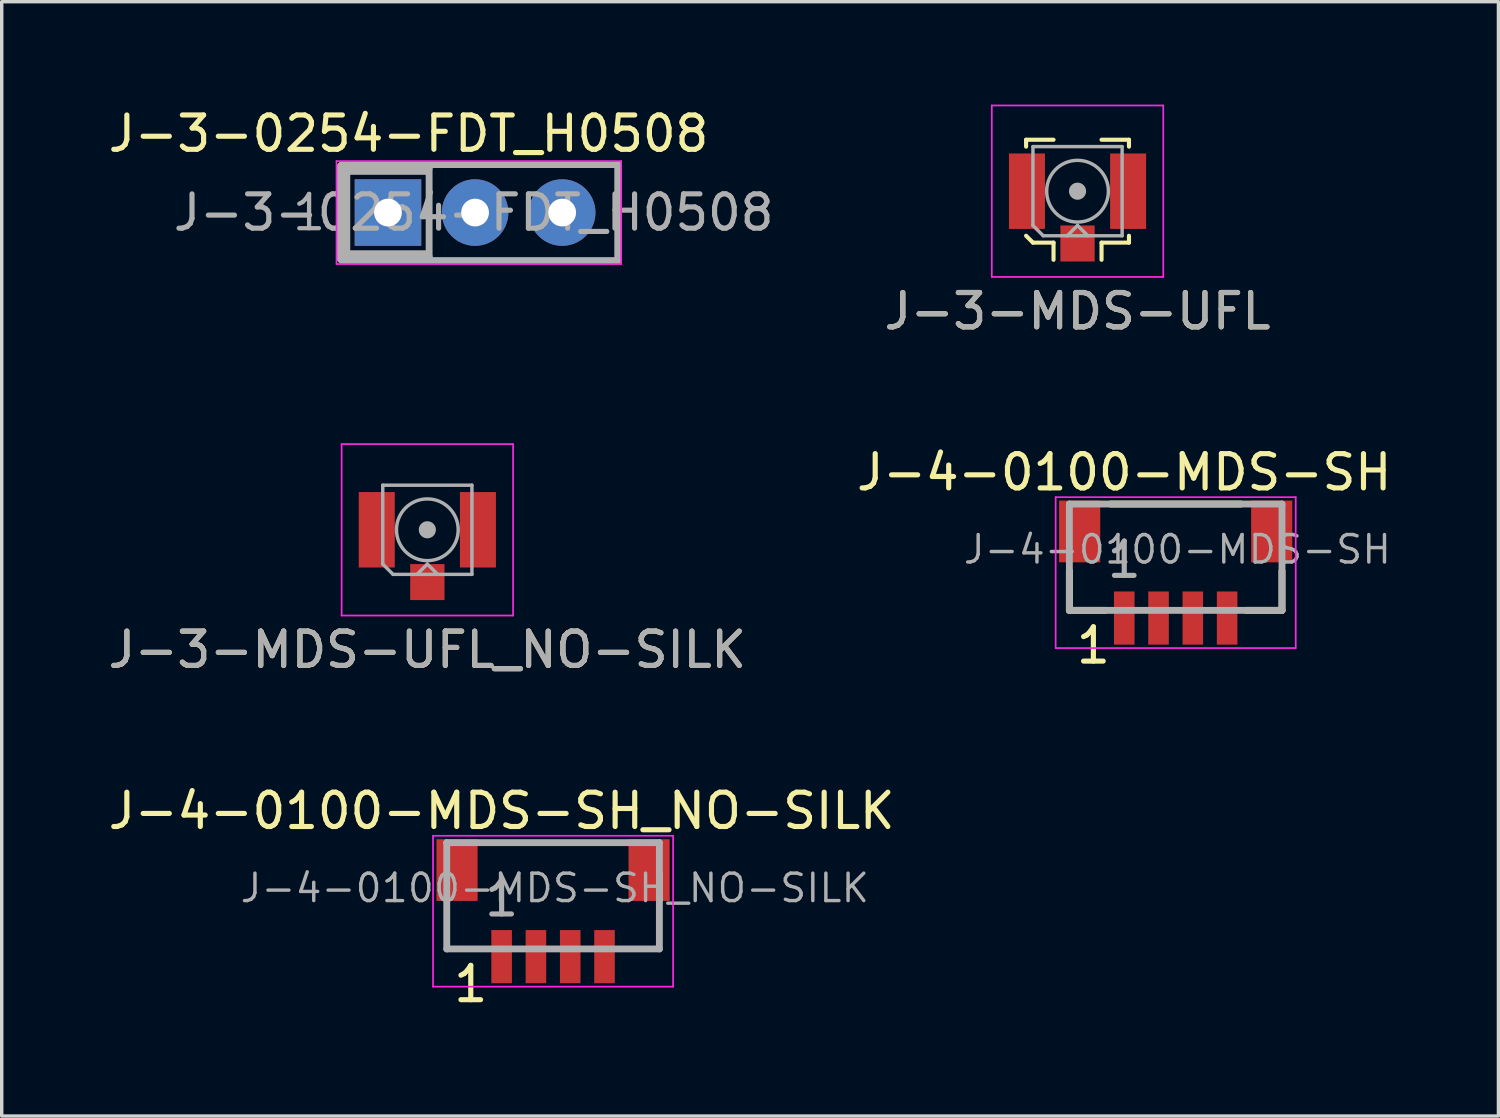
<source format=kicad_pcb>
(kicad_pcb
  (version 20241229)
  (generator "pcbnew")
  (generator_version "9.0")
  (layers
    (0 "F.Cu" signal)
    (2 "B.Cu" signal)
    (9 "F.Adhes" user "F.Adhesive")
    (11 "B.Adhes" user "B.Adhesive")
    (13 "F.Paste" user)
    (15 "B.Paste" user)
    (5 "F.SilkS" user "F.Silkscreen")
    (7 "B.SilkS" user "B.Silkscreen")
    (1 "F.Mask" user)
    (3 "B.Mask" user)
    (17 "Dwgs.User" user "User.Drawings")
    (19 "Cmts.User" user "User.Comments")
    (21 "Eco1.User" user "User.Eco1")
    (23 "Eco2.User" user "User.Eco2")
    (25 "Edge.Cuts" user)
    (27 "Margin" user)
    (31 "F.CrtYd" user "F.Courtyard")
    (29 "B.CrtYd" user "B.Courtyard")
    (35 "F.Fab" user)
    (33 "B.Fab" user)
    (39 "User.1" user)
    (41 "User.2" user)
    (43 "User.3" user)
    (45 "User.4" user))
  (footprint "J-3-MDS-UFL_NO-SILK"
    (layer "F.Cu")
    (at 9.411 12.398)
    (property "Reference" "J-3-MDS-UFL_NO-SILK" (at 0 3.5 0) (layer "F.SilkS") (effects (font (size 1 1) (thickness 0.15))))
    (attr smd)
    (fp_line (start -2.5 -2.5) (end -2.5 2.5) (stroke (width 0.05) (type solid)) (layer "F.CrtYd"))
    (fp_line (start -2.5 2.5) (end 2.5 2.5) (stroke (width 0.05) (type solid)) (layer "F.CrtYd"))
    (fp_line (start 2.5 -2.5) (end -2.5 -2.5) (stroke (width 0.05) (type solid)) (layer "F.CrtYd"))
    (fp_line (start 2.5 2.5) (end 2.5 -2.5) (stroke (width 0.05) (type solid)) (layer "F.CrtYd"))
    (fp_line (start -1.3 -1.3) (end -1.3 1) (stroke (width 0.1) (type solid)) (layer "F.Fab"))
    (fp_line (start -1.3 -1.3) (end 1.3 -1.3) (stroke (width 0.1) (type solid)) (layer "F.Fab"))
    (fp_line (start -1.3 1) (end -1 1.3) (stroke (width 0.1) (type solid)) (layer "F.Fab"))
    (fp_line (start -1 1.3) (end 1.3 1.3) (stroke (width 0.1) (type solid)) (layer "F.Fab"))
    (fp_line (start -0.3 1.3) (end 0 1) (stroke (width 0.1) (type solid)) (layer "F.Fab"))
    (fp_line (start 0 1) (end 0.3 1.3) (stroke (width 0.1) (type solid)) (layer "F.Fab"))
    (fp_line (start 1.3 -1.3) (end 1.3 1.3) (stroke (width 0.1) (type solid)) (layer "F.Fab"))
    (fp_circle (center 0 0) (end 0 0.05) (stroke (width 0.1) (type solid)) (fill no) (layer "F.Fab"))
    (fp_circle (center 0 0) (end 0 0.125) (stroke (width 0.1) (type solid)) (fill no) (layer "F.Fab"))
    (fp_circle (center 0 0) (end 0 0.2) (stroke (width 0.1) (type solid)) (fill no) (layer "F.Fab"))
    (fp_circle (center 0 0) (end 0.9 0) (stroke (width 0.1) (type solid)) (fill no) (layer "F.Fab"))
    (fp_text user "${REFERENCE}" (at 0 3.5 0) (layer "F.Fab") (effects (font (size 1 1) (thickness 0.15))))
    (pad "1" smd rect (at 0 1.525) (size 1 1.05) (layers "F.Cu" "F.Mask" "F.Paste"))
    (pad "2" smd rect (at -1.475 0) (size 1.05 2.2) (layers "F.Cu" "F.Mask" "F.Paste"))
    (pad "2" smd rect (at 1.475 0) (size 1.05 2.2) (layers "F.Cu" "F.Mask" "F.Paste"))
    (zone (net_name "") (layers "F.Cu" "F.Fab") (name "Keepout") (hatch edge 0.5) (connect_pads) (min_thickness 0.25) (filled_areas_thickness no) (keepout (tracks not_allowed) (vias not_allowed) (pads not_allowed) (copperpour not_allowed) (footprints allowed)) (placement (enabled no)) (fill) (polygon (pts (xy 8.461 11.298) (xy 10.361 11.298) (xy 10.361 13.398) (xy 8.461 13.398)))))
  (footprint "J-4-0100-MDS-SH"
    (layer "F.Cu")
    (at 29.732 14.972)
    (property "Reference" "J-4-0100-MDS-SH" (at 0 -4.25 0) (layer "F.SilkS") (effects (font (size 1 1) (thickness 0.15))))
    (attr smd)
    (fp_line (start -1.6 -1.375) (end -1.6 -0.225) (stroke (width 0.2) (type default)) (layer "F.SilkS"))
    (fp_line (start -1.6 -0.225) (end -0.55 -0.225) (stroke (width 0.2) (type default)) (layer "F.SilkS"))
    (fp_line (start -0.4 -3.325) (end 3.4 -3.325) (stroke (width 0.2) (type default)) (layer "F.SilkS"))
    (fp_line (start 3.55 -0.225) (end 4.6 -0.225) (stroke (width 0.2) (type default)) (layer "F.SilkS"))
    (fp_line (start 4.6 -1.375) (end 4.6 -0.225) (stroke (width 0.2) (type default)) (layer "F.SilkS"))
    (fp_line (start -2 -3.525) (end -2 0.875) (stroke (width 0.05) (type solid)) (layer "F.CrtYd"))
    (fp_line (start -2 0.875) (end 5 0.875) (stroke (width 0.05) (type solid)) (layer "F.CrtYd"))
    (fp_line (start 5 -3.525) (end -2 -3.525) (stroke (width 0.05) (type solid)) (layer "F.CrtYd"))
    (fp_line (start 5 0.875) (end 5 -3.525) (stroke (width 0.05) (type solid)) (layer "F.CrtYd"))
    (fp_line (start -1.6 -3.325) (end -1.6 -0.225) (stroke (width 0.2) (type solid)) (layer "F.Fab"))
    (fp_line (start -1.6 -3.325) (end 4.6 -3.325) (stroke (width 0.2) (type solid)) (layer "F.Fab"))
    (fp_line (start -1.6 -0.225) (end 4.6 -0.225) (stroke (width 0.2) (type solid)) (layer "F.Fab"))
    (fp_line (start 4.6 -3.325) (end 4.6 -0.225) (stroke (width 0.2) (type solid)) (layer "F.Fab"))
    (fp_text user "1" (at -0.9 0.8 0) (layer "F.SilkS") (effects (font (size 1 1) (thickness 0.15))))
    (fp_text user "1" (at 0 -1.7 0) (layer "F.Fab") (effects (font (size 1 1) (thickness 0.15))))
    (fp_text user "${REFERENCE}" (at 1.55 -2 0) (layer "F.Fab") (effects (font (size 0.8 0.8) (thickness 0.1))))
    (pad "1" smd rect (at 0 0) (size 0.6 1.55) (layers "F.Cu" "F.Mask" "F.Paste"))
    (pad "2" smd rect (at 1 0) (size 0.6 1.55) (layers "F.Cu" "F.Mask" "F.Paste"))
    (pad "3" smd rect (at 2 0) (size 0.6 1.55) (layers "F.Cu" "F.Mask" "F.Paste"))
    (pad "4" smd rect (at 3 0) (size 0.6 1.55) (layers "F.Cu" "F.Mask" "F.Paste"))
    (pad "MP" smd rect (at -1.3 -2.525) (size 1.2 1.8) (layers "F.Cu" "F.Mask" "F.Paste"))
    (pad "MP" smd rect (at 4.3 -2.525) (size 1.2 1.8) (layers "F.Cu" "F.Mask" "F.Paste")))
  (footprint "J-4-0100-MDS-SH_NO-SILK"
    (layer "F.Cu")
    (at 11.577 24.845)
    (property "Reference" "J-4-0100-MDS-SH_NO-SILK" (at 0 -4.25 0) (layer "F.SilkS") (effects (font (size 1 1) (thickness 0.15))))
    (attr smd)
    (fp_line (start -2 -3.525) (end -2 0.875) (stroke (width 0.05) (type solid)) (layer "F.CrtYd"))
    (fp_line (start -2 0.875) (end 5 0.875) (stroke (width 0.05) (type solid)) (layer "F.CrtYd"))
    (fp_line (start 5 -3.525) (end -2 -3.525) (stroke (width 0.05) (type solid)) (layer "F.CrtYd"))
    (fp_line (start 5 0.875) (end 5 -3.525) (stroke (width 0.05) (type solid)) (layer "F.CrtYd"))
    (fp_line (start -1.6 -3.325) (end -1.6 -0.225) (stroke (width 0.2) (type solid)) (layer "F.Fab"))
    (fp_line (start -1.6 -3.325) (end 4.6 -3.325) (stroke (width 0.2) (type solid)) (layer "F.Fab"))
    (fp_line (start -1.6 -0.225) (end 4.6 -0.225) (stroke (width 0.2) (type solid)) (layer "F.Fab"))
    (fp_line (start 4.6 -3.325) (end 4.6 -0.225) (stroke (width 0.2) (type solid)) (layer "F.Fab"))
    (fp_text user "1" (at -0.9 0.8 0) (layer "F.SilkS") (effects (font (size 1 1) (thickness 0.15))))
    (fp_text user "1" (at 0 -1.7 0) (layer "F.Fab") (effects (font (size 1 1) (thickness 0.15))))
    (fp_text user "${REFERENCE}" (at 1.55 -2 0) (layer "F.Fab") (effects (font (size 0.8 0.8) (thickness 0.1))))
    (pad "1" smd rect (at 0 0) (size 0.6 1.55) (layers "F.Cu" "F.Mask" "F.Paste"))
    (pad "2" smd rect (at 1 0) (size 0.6 1.55) (layers "F.Cu" "F.Mask" "F.Paste"))
    (pad "3" smd rect (at 2 0) (size 0.6 1.55) (layers "F.Cu" "F.Mask" "F.Paste"))
    (pad "4" smd rect (at 3 0) (size 0.6 1.55) (layers "F.Cu" "F.Mask" "F.Paste"))
    (pad "MP" smd rect (at -1.3 -2.525) (size 1.2 1.8) (layers "F.Cu" "F.Mask" "F.Paste"))
    (pad "MP" smd rect (at 4.3 -2.525) (size 1.2 1.8) (layers "F.Cu" "F.Mask" "F.Paste")))
  (footprint "J-3-0254-FDT_H0508"
    (layer "F.Cu")
    (at 10.803 3.148)
    (property "Reference" "J-3-0254-FDT_H0508" (at -1.94 -2.3 0) (layer "F.SilkS") (effects (font (size 1 1) (thickness 0.15))))
    (attr through_hole)
    (fp_line (start -4.04 -1.5) (end -4.04 1.5) (stroke (width 0.05) (type solid)) (layer "F.CrtYd"))
    (fp_line (start -4.04 1.5) (end 4.26 1.5) (stroke (width 0.05) (type solid)) (layer "F.CrtYd"))
    (fp_line (start 4.26 -1.5) (end -4.04 -1.5) (stroke (width 0.05) (type solid)) (layer "F.CrtYd"))
    (fp_line (start 4.26 1.5) (end 4.26 -1.5) (stroke (width 0.05) (type solid)) (layer "F.CrtYd"))
    (fp_line (start -3.84 -1.3) (end -1.44 -1.3) (stroke (width 0.4) (type solid)) (layer "F.Fab"))
    (fp_line (start -3.84 1.3) (end -3.84 -1.3) (stroke (width 0.4) (type solid)) (layer "F.Fab"))
    (fp_line (start -3.84 1.3) (end -1.44 1.3) (stroke (width 0.4) (type solid)) (layer "F.Fab"))
    (fp_line (start -1.34 1.4) (end -1.34 -1.4) (stroke (width 0.2) (type solid)) (layer "F.Fab"))
    (fp_line (start 4.16 -1.4) (end -1.34 -1.4) (stroke (width 0.2) (type solid)) (layer "F.Fab"))
    (fp_line (start 4.16 1.4) (end -1.34 1.4) (stroke (width 0.2) (type solid)) (layer "F.Fab"))
    (fp_line (start 4.16 1.4) (end 4.16 -1.4) (stroke (width 0.2) (type solid)) (layer "F.Fab"))
    (fp_text user "1" (at -4.84 0 180) (layer "F.Fab") (effects (font (size 1 1) (thickness 0.125))))
    (fp_text user "${REFERENCE}" (at -0.04 0 180) (layer "F.Fab") (effects (font (size 1 1) (thickness 0.15))))
    (pad "1" thru_hole rect (at -2.54 0 90) (size 1.94 1.94) (drill 0.81) (layers "*.Cu" "*.Mask"))
    (pad "2" thru_hole oval (at 0 0 90) (size 1.94 1.94) (drill 0.81) (layers "*.Cu" "*.Mask"))
    (pad "3" thru_hole oval (at 2.54 0 90) (size 1.94 1.94) (drill 0.81) (layers "*.Cu" "*.Mask")))
  (footprint "J-3-MDS-UFL"
    (layer "F.Cu")
    (at 28.37 2.525)
    (property "Reference" "J-3-MDS-UFL" (at 0 3.5 0) (layer "F.SilkS") (effects (font (size 1 1) (thickness 0.15))))
    (attr smd)
    (fp_line (start -1.5 -1.5) (end -0.7 -1.5) (stroke (width 0.12) (type solid)) (layer "F.SilkS"))
    (fp_line (start -1.5 -1.3) (end -1.5 -1.5) (stroke (width 0.12) (type solid)) (layer "F.SilkS"))
    (fp_line (start -1.3 1.5) (end -1.5 1.3) (stroke (width 0.12) (type solid)) (layer "F.SilkS"))
    (fp_line (start -0.7 1.5) (end -1.3 1.5) (stroke (width 0.12) (type solid)) (layer "F.SilkS"))
    (fp_line (start -0.7 1.5) (end -0.7 2) (stroke (width 0.12) (type solid)) (layer "F.SilkS"))
    (fp_line (start 0.7 -1.5) (end 1.5 -1.5) (stroke (width 0.12) (type solid)) (layer "F.SilkS"))
    (fp_line (start 0.7 1.5) (end 0.7 2) (stroke (width 0.12) (type solid)) (layer "F.SilkS"))
    (fp_line (start 1.5 -1.5) (end 1.5 -1.3) (stroke (width 0.12) (type solid)) (layer "F.SilkS"))
    (fp_line (start 1.5 1.3) (end 1.5 1.5) (stroke (width 0.12) (type solid)) (layer "F.SilkS"))
    (fp_line (start 1.5 1.5) (end 0.7 1.5) (stroke (width 0.12) (type solid)) (layer "F.SilkS"))
    (fp_line (start -2.5 -2.5) (end -2.5 2.5) (stroke (width 0.05) (type solid)) (layer "F.CrtYd"))
    (fp_line (start -2.5 2.5) (end 2.5 2.5) (stroke (width 0.05) (type solid)) (layer "F.CrtYd"))
    (fp_line (start 2.5 -2.5) (end -2.5 -2.5) (stroke (width 0.05) (type solid)) (layer "F.CrtYd"))
    (fp_line (start 2.5 2.5) (end 2.5 -2.5) (stroke (width 0.05) (type solid)) (layer "F.CrtYd"))
    (fp_line (start -1.3 -1.3) (end -1.3 1) (stroke (width 0.1) (type solid)) (layer "F.Fab"))
    (fp_line (start -1.3 -1.3) (end 1.3 -1.3) (stroke (width 0.1) (type solid)) (layer "F.Fab"))
    (fp_line (start -1.3 1) (end -1 1.3) (stroke (width 0.1) (type solid)) (layer "F.Fab"))
    (fp_line (start -1 1.3) (end 1.3 1.3) (stroke (width 0.1) (type solid)) (layer "F.Fab"))
    (fp_line (start -0.3 1.3) (end 0 1) (stroke (width 0.1) (type solid)) (layer "F.Fab"))
    (fp_line (start 0 1) (end 0.3 1.3) (stroke (width 0.1) (type solid)) (layer "F.Fab"))
    (fp_line (start 1.3 -1.3) (end 1.3 1.3) (stroke (width 0.1) (type solid)) (layer "F.Fab"))
    (fp_circle (center 0 0) (end 0 0.05) (stroke (width 0.1) (type solid)) (fill no) (layer "F.Fab"))
    (fp_circle (center 0 0) (end 0 0.125) (stroke (width 0.1) (type solid)) (fill no) (layer "F.Fab"))
    (fp_circle (center 0 0) (end 0 0.2) (stroke (width 0.1) (type solid)) (fill no) (layer "F.Fab"))
    (fp_circle (center 0 0) (end 0.9 0) (stroke (width 0.1) (type solid)) (fill no) (layer "F.Fab"))
    (fp_text user "${REFERENCE}" (at 0 3.5 0) (layer "F.Fab") (effects (font (size 1 1) (thickness 0.15))))
    (pad "1" smd rect (at 0 1.525) (size 1 1.05) (layers "F.Cu" "F.Mask" "F.Paste"))
    (pad "2" smd rect (at -1.475 0) (size 1.05 2.2) (layers "F.Cu" "F.Mask" "F.Paste"))
    (pad "2" smd rect (at 1.475 0) (size 1.05 2.2) (layers "F.Cu" "F.Mask" "F.Paste"))
    (zone (net_name "") (layers "F.Cu" "B.Cu" "F.Fab") (name "Keepout") (hatch edge 0.5) (connect_pads) (min_thickness 0.25) (filled_areas_thickness no) (keepout (tracks not_allowed) (vias not_allowed) (pads not_allowed) (copperpour not_allowed) (footprints allowed)) (placement (enabled no)) (fill) (polygon (pts (xy 27.42 1.425) (xy 29.32 1.425) (xy 29.32 3.525) (xy 27.42 3.525)))))
  (gr_rect
    (start -3 -3)
    (end 40.643 29.493)
    (stroke (width 0.1) (type default))
    (fill no)
    (layer "Edge.Cuts")))
</source>
